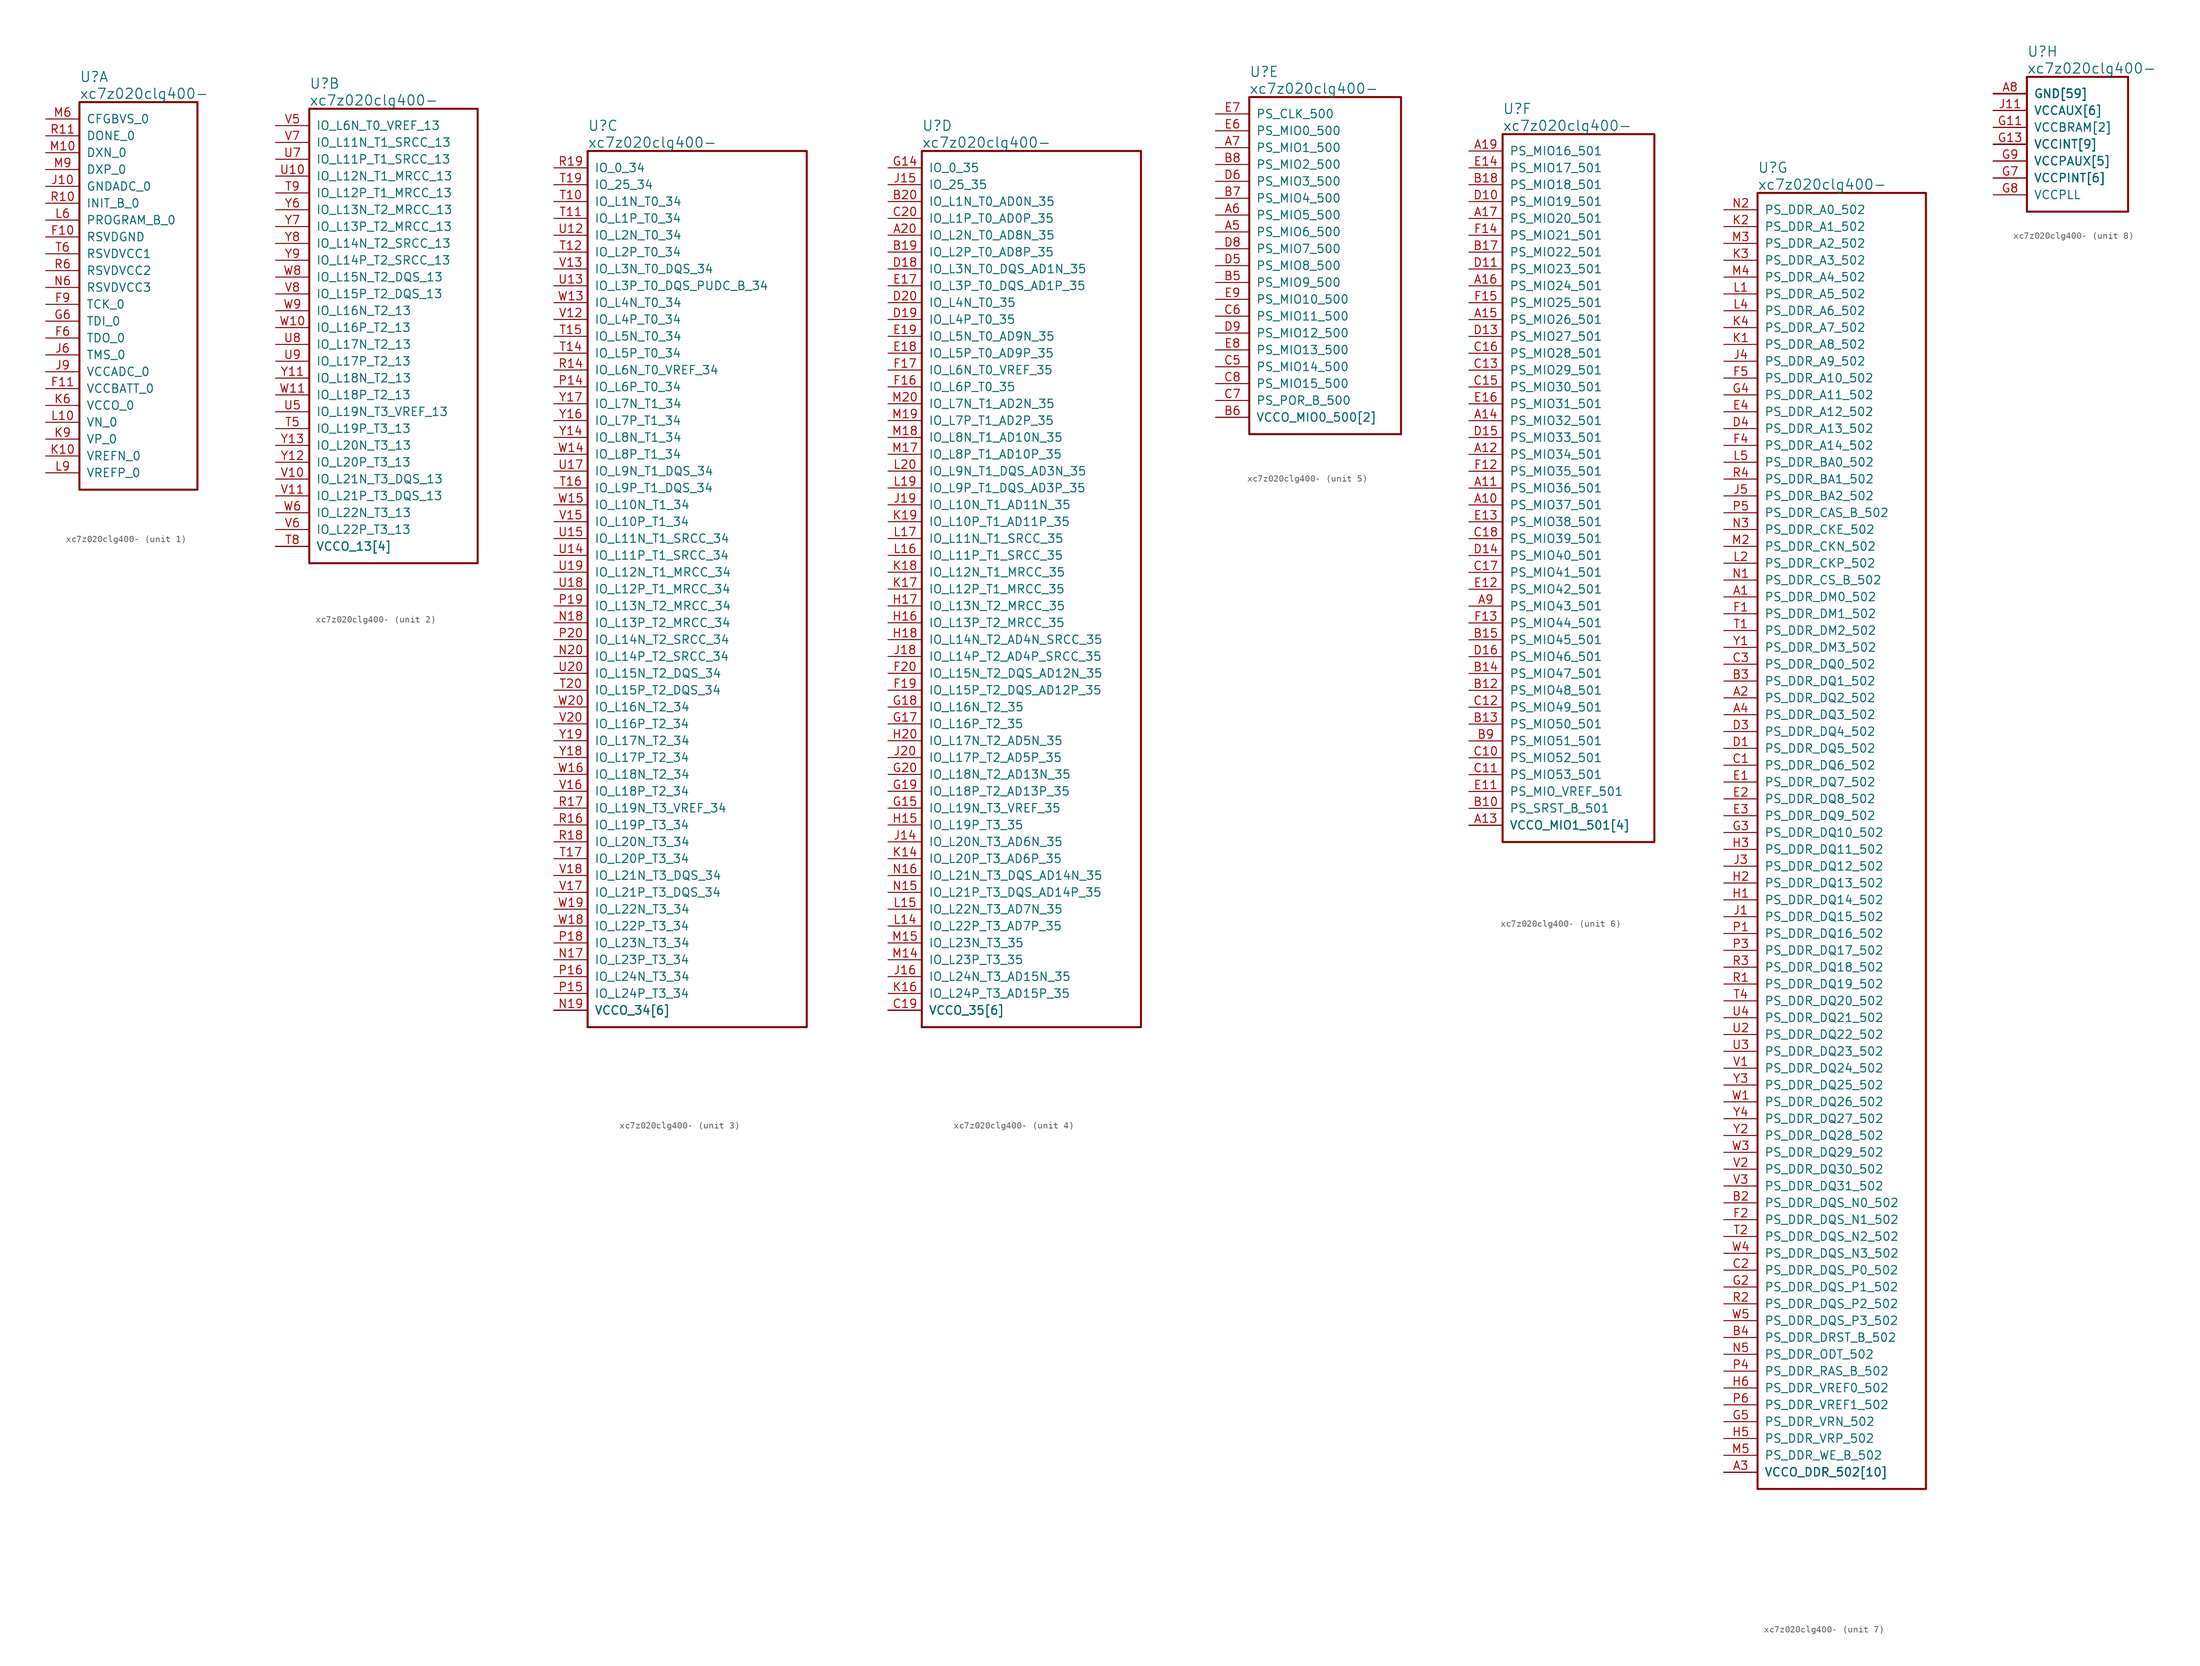
<source format=kicad_sym>
(kicad_symbol_lib
  (version 20231120)
  (generator "kicad_symbol_editor")
  (generator_version "8.0")
  (symbol "xc7z020clg400-"
    (pin_names
      (offset 1.016))
    (property "Reference" "U"
      (at 5.08 6.35 0)
      (effects (font (size 1.524 1.524)) (justify left)))
    (property "Value" "xc7z020clg400-"
      (at 5.08 3.81 0)
      (effects (font (size 1.524 1.524)) (justify left)))
    (property "ki_locked" ""
      (at 0 0 0)
      (effects (font (size 1.27 1.27))))
    (symbol "xc7z020clg400-_1_1"
      (rectangle (start 5.08 2.54) (end 22.86 -55.88) (stroke (width 0.305) (type solid)) (fill (type none)))
      (pin power_in line (at 0 -17.78 0) (length 5.08) (name "RSVDGND" (effects (font (size 1.27 1.27)))) (number "F10" (effects (font (size 1.27 1.27)))))
      (pin power_in line (at 0 -40.64 0) (length 5.08) (name "VCCBATT_0" (effects (font (size 1.27 1.27)))) (number "F11" (effects (font (size 1.27 1.27)))))
      (pin output line (at 0 -33.02 0) (length 5.08) (name "TDO_0" (effects (font (size 1.27 1.27)))) (number "F6" (effects (font (size 1.27 1.27)))))
      (pin input line (at 0 -27.94 0) (length 5.08) (name "TCK_0" (effects (font (size 1.27 1.27)))) (number "F9" (effects (font (size 1.27 1.27)))))
      (pin input line (at 0 -30.48 0) (length 5.08) (name "TDI_0" (effects (font (size 1.27 1.27)))) (number "G6" (effects (font (size 1.27 1.27)))))
      (pin power_in line (at 0 -10.16 0) (length 5.08) (name "GNDADC_0" (effects (font (size 1.27 1.27)))) (number "J10" (effects (font (size 1.27 1.27)))))
      (pin input line (at 0 -35.56 0) (length 5.08) (name "TMS_0" (effects (font (size 1.27 1.27)))) (number "J6" (effects (font (size 1.27 1.27)))))
      (pin power_in line (at 0 -38.1 0) (length 5.08) (name "VCCADC_0" (effects (font (size 1.27 1.27)))) (number "J9" (effects (font (size 1.27 1.27)))))
      (pin input line (at 0 -50.8 0) (length 5.08) (name "VREFN_0" (effects (font (size 1.27 1.27)))) (number "K10" (effects (font (size 1.27 1.27)))))
      (pin power_in line (at 0 -43.18 0) (length 5.08) (name "VCCO_0" (effects (font (size 1.27 1.27)))) (number "K6" (effects (font (size 1.27 1.27)))))
      (pin input line (at 0 -48.26 0) (length 5.08) (name "VP_0" (effects (font (size 1.27 1.27)))) (number "K9" (effects (font (size 1.27 1.27)))))
      (pin input line (at 0 -45.72 0) (length 5.08) (name "VN_0" (effects (font (size 1.27 1.27)))) (number "L10" (effects (font (size 1.27 1.27)))))
      (pin input line (at 0 -15.24 0) (length 5.08) (name "PROGRAM_B_0" (effects (font (size 1.27 1.27)))) (number "L6" (effects (font (size 1.27 1.27)))))
      (pin input line (at 0 -53.34 0) (length 5.08) (name "VREFP_0" (effects (font (size 1.27 1.27)))) (number "L9" (effects (font (size 1.27 1.27)))))
      (pin passive line (at 0 -5.08 0) (length 5.08) (name "DXN_0" (effects (font (size 1.27 1.27)))) (number "M10" (effects (font (size 1.27 1.27)))))
      (pin input line (at 0 0 0) (length 5.08) (name "CFGBVS_0" (effects (font (size 1.27 1.27)))) (number "M6" (effects (font (size 1.27 1.27)))))
      (pin passive line (at 0 -7.62 0) (length 5.08) (name "DXP_0" (effects (font (size 1.27 1.27)))) (number "M9" (effects (font (size 1.27 1.27)))))
      (pin power_in line (at 0 -25.4 0) (length 5.08) (name "RSVDVCC3" (effects (font (size 1.27 1.27)))) (number "N6" (effects (font (size 1.27 1.27)))))
      (pin input line (at 0 -12.7 0) (length 5.08) (name "INIT_B_0" (effects (font (size 1.27 1.27)))) (number "R10" (effects (font (size 1.27 1.27)))))
      (pin output line (at 0 -2.54 0) (length 5.08) (name "DONE_0" (effects (font (size 1.27 1.27)))) (number "R11" (effects (font (size 1.27 1.27)))))
      (pin power_in line (at 0 -22.86 0) (length 5.08) (name "RSVDVCC2" (effects (font (size 1.27 1.27)))) (number "R6" (effects (font (size 1.27 1.27)))))
      (pin power_in line (at 0 -20.32 0) (length 5.08) (name "RSVDVCC1" (effects (font (size 1.27 1.27)))) (number "T6" (effects (font (size 1.27 1.27))))))
    (symbol "xc7z020clg400-_2_1"
      (rectangle (start 5.08 2.54) (end 30.48 -66.04) (stroke (width 0.305) (type solid)) (fill (type none)))
      (pin bidirectional line (at 0 -45.72 0) (length 5.08) (name "IO_L19P_T3_13" (effects (font (size 1.27 1.27)))) (number "T5" (effects (font (size 1.27 1.27)))))
      (pin power_in line (at 0 -63.5 0) (length 5.08) (name "VCCO_13[4]" (effects (font (size 1.27 1.27)))) (number "T8" (effects (font (size 1.27 1.27)))))
      (pin bidirectional line (at 0 -10.16 0) (length 5.08) (name "IO_L12P_T1_MRCC_13" (effects (font (size 1.27 1.27)))) (number "T9" (effects (font (size 1.27 1.27)))))
      (pin bidirectional line (at 0 -7.62 0) (length 5.08) (name "IO_L12N_T1_MRCC_13" (effects (font (size 1.27 1.27)))) (number "U10" (effects (font (size 1.27 1.27)))))
      (pin power_in line (at 0 -63.5 0) (length 5.08) (name "VCCO_13[4]" (effects (font (size 1.27 1.27)))) (number "U11" (effects (font (size 0 0)))))
      (pin bidirectional line (at 0 -43.18 0) (length 5.08) (name "IO_L19N_T3_VREF_13" (effects (font (size 1.27 1.27)))) (number "U5" (effects (font (size 1.27 1.27)))))
      (pin bidirectional line (at 0 -5.08 0) (length 5.08) (name "IO_L11P_T1_SRCC_13" (effects (font (size 1.27 1.27)))) (number "U7" (effects (font (size 1.27 1.27)))))
      (pin bidirectional line (at 0 -33.02 0) (length 5.08) (name "IO_L17N_T2_13" (effects (font (size 1.27 1.27)))) (number "U8" (effects (font (size 1.27 1.27)))))
      (pin bidirectional line (at 0 -35.56 0) (length 5.08) (name "IO_L17P_T2_13" (effects (font (size 1.27 1.27)))) (number "U9" (effects (font (size 1.27 1.27)))))
      (pin bidirectional line (at 0 -53.34 0) (length 5.08) (name "IO_L21N_T3_DQS_13" (effects (font (size 1.27 1.27)))) (number "V10" (effects (font (size 1.27 1.27)))))
      (pin bidirectional line (at 0 -55.88 0) (length 5.08) (name "IO_L21P_T3_DQS_13" (effects (font (size 1.27 1.27)))) (number "V11" (effects (font (size 1.27 1.27)))))
      (pin bidirectional line (at 0 0 0) (length 5.08) (name "IO_L6N_T0_VREF_13" (effects (font (size 1.27 1.27)))) (number "V5" (effects (font (size 1.27 1.27)))))
      (pin bidirectional line (at 0 -60.96 0) (length 5.08) (name "IO_L22P_T3_13" (effects (font (size 1.27 1.27)))) (number "V6" (effects (font (size 1.27 1.27)))))
      (pin bidirectional line (at 0 -2.54 0) (length 5.08) (name "IO_L11N_T1_SRCC_13" (effects (font (size 1.27 1.27)))) (number "V7" (effects (font (size 1.27 1.27)))))
      (pin bidirectional line (at 0 -25.4 0) (length 5.08) (name "IO_L15P_T2_DQS_13" (effects (font (size 1.27 1.27)))) (number "V8" (effects (font (size 1.27 1.27)))))
      (pin bidirectional line (at 0 -30.48 0) (length 5.08) (name "IO_L16P_T2_13" (effects (font (size 1.27 1.27)))) (number "W10" (effects (font (size 1.27 1.27)))))
      (pin bidirectional line (at 0 -40.64 0) (length 5.08) (name "IO_L18P_T2_13" (effects (font (size 1.27 1.27)))) (number "W11" (effects (font (size 1.27 1.27)))))
      (pin bidirectional line (at 0 -58.42 0) (length 5.08) (name "IO_L22N_T3_13" (effects (font (size 1.27 1.27)))) (number "W6" (effects (font (size 1.27 1.27)))))
      (pin power_in line (at 0 -63.5 0) (length 5.08) (name "VCCO_13[4]" (effects (font (size 1.27 1.27)))) (number "W7" (effects (font (size 0 0)))))
      (pin bidirectional line (at 0 -22.86 0) (length 5.08) (name "IO_L15N_T2_DQS_13" (effects (font (size 1.27 1.27)))) (number "W8" (effects (font (size 1.27 1.27)))))
      (pin bidirectional line (at 0 -27.94 0) (length 5.08) (name "IO_L16N_T2_13" (effects (font (size 1.27 1.27)))) (number "W9" (effects (font (size 1.27 1.27)))))
      (pin power_in line (at 0 -63.5 0) (length 5.08) (name "VCCO_13[4]" (effects (font (size 1.27 1.27)))) (number "Y10" (effects (font (size 0 0)))))
      (pin bidirectional line (at 0 -38.1 0) (length 5.08) (name "IO_L18N_T2_13" (effects (font (size 1.27 1.27)))) (number "Y11" (effects (font (size 1.27 1.27)))))
      (pin bidirectional line (at 0 -50.8 0) (length 5.08) (name "IO_L20P_T3_13" (effects (font (size 1.27 1.27)))) (number "Y12" (effects (font (size 1.27 1.27)))))
      (pin bidirectional line (at 0 -48.26 0) (length 5.08) (name "IO_L20N_T3_13" (effects (font (size 1.27 1.27)))) (number "Y13" (effects (font (size 1.27 1.27)))))
      (pin bidirectional line (at 0 -12.7 0) (length 5.08) (name "IO_L13N_T2_MRCC_13" (effects (font (size 1.27 1.27)))) (number "Y6" (effects (font (size 1.27 1.27)))))
      (pin bidirectional line (at 0 -15.24 0) (length 5.08) (name "IO_L13P_T2_MRCC_13" (effects (font (size 1.27 1.27)))) (number "Y7" (effects (font (size 1.27 1.27)))))
      (pin bidirectional line (at 0 -17.78 0) (length 5.08) (name "IO_L14N_T2_SRCC_13" (effects (font (size 1.27 1.27)))) (number "Y8" (effects (font (size 1.27 1.27)))))
      (pin bidirectional line (at 0 -20.32 0) (length 5.08) (name "IO_L14P_T2_SRCC_13" (effects (font (size 1.27 1.27)))) (number "Y9" (effects (font (size 1.27 1.27))))))
    (symbol "xc7z020clg400-_3_1"
      (rectangle (start 5.08 2.54) (end 38.1 -129.54) (stroke (width 0.305) (type solid)) (fill (type none)))
      (pin bidirectional line (at 0 -119.38 0) (length 5.08) (name "IO_L23P_T3_34" (effects (font (size 1.27 1.27)))) (number "N17" (effects (font (size 1.27 1.27)))))
      (pin bidirectional line (at 0 -68.58 0) (length 5.08) (name "IO_L13P_T2_MRCC_34" (effects (font (size 1.27 1.27)))) (number "N18" (effects (font (size 1.27 1.27)))))
      (pin power_in line (at 0 -127 0) (length 5.08) (name "VCCO_34[6]" (effects (font (size 1.27 1.27)))) (number "N19" (effects (font (size 1.27 1.27)))))
      (pin bidirectional line (at 0 -73.66 0) (length 5.08) (name "IO_L14P_T2_SRCC_34" (effects (font (size 1.27 1.27)))) (number "N20" (effects (font (size 1.27 1.27)))))
      (pin bidirectional line (at 0 -33.02 0) (length 5.08) (name "IO_L6P_T0_34" (effects (font (size 1.27 1.27)))) (number "P14" (effects (font (size 1.27 1.27)))))
      (pin bidirectional line (at 0 -124.46 0) (length 5.08) (name "IO_L24P_T3_34" (effects (font (size 1.27 1.27)))) (number "P15" (effects (font (size 1.27 1.27)))))
      (pin bidirectional line (at 0 -121.92 0) (length 5.08) (name "IO_L24N_T3_34" (effects (font (size 1.27 1.27)))) (number "P16" (effects (font (size 1.27 1.27)))))
      (pin bidirectional line (at 0 -116.84 0) (length 5.08) (name "IO_L23N_T3_34" (effects (font (size 1.27 1.27)))) (number "P18" (effects (font (size 1.27 1.27)))))
      (pin bidirectional line (at 0 -66.04 0) (length 5.08) (name "IO_L13N_T2_MRCC_34" (effects (font (size 1.27 1.27)))) (number "P19" (effects (font (size 1.27 1.27)))))
      (pin bidirectional line (at 0 -71.12 0) (length 5.08) (name "IO_L14N_T2_SRCC_34" (effects (font (size 1.27 1.27)))) (number "P20" (effects (font (size 1.27 1.27)))))
      (pin bidirectional line (at 0 -30.48 0) (length 5.08) (name "IO_L6N_T0_VREF_34" (effects (font (size 1.27 1.27)))) (number "R14" (effects (font (size 1.27 1.27)))))
      (pin power_in line (at 0 -127 0) (length 5.08) (name "VCCO_34[6]" (effects (font (size 1.27 1.27)))) (number "R15" (effects (font (size 0 0)))))
      (pin bidirectional line (at 0 -99.06 0) (length 5.08) (name "IO_L19P_T3_34" (effects (font (size 1.27 1.27)))) (number "R16" (effects (font (size 1.27 1.27)))))
      (pin bidirectional line (at 0 -96.52 0) (length 5.08) (name "IO_L19N_T3_VREF_34" (effects (font (size 1.27 1.27)))) (number "R17" (effects (font (size 1.27 1.27)))))
      (pin bidirectional line (at 0 -101.6 0) (length 5.08) (name "IO_L20N_T3_34" (effects (font (size 1.27 1.27)))) (number "R18" (effects (font (size 1.27 1.27)))))
      (pin bidirectional line (at 0 0 0) (length 5.08) (name "IO_0_34" (effects (font (size 1.27 1.27)))) (number "R19" (effects (font (size 1.27 1.27)))))
      (pin bidirectional line (at 0 -5.08 0) (length 5.08) (name "IO_L1N_T0_34" (effects (font (size 1.27 1.27)))) (number "T10" (effects (font (size 1.27 1.27)))))
      (pin bidirectional line (at 0 -7.62 0) (length 5.08) (name "IO_L1P_T0_34" (effects (font (size 1.27 1.27)))) (number "T11" (effects (font (size 1.27 1.27)))))
      (pin bidirectional line (at 0 -12.7 0) (length 5.08) (name "IO_L2P_T0_34" (effects (font (size 1.27 1.27)))) (number "T12" (effects (font (size 1.27 1.27)))))
      (pin bidirectional line (at 0 -27.94 0) (length 5.08) (name "IO_L5P_T0_34" (effects (font (size 1.27 1.27)))) (number "T14" (effects (font (size 1.27 1.27)))))
      (pin bidirectional line (at 0 -25.4 0) (length 5.08) (name "IO_L5N_T0_34" (effects (font (size 1.27 1.27)))) (number "T15" (effects (font (size 1.27 1.27)))))
      (pin bidirectional line (at 0 -48.26 0) (length 5.08) (name "IO_L9P_T1_DQS_34" (effects (font (size 1.27 1.27)))) (number "T16" (effects (font (size 1.27 1.27)))))
      (pin bidirectional line (at 0 -104.14 0) (length 5.08) (name "IO_L20P_T3_34" (effects (font (size 1.27 1.27)))) (number "T17" (effects (font (size 1.27 1.27)))))
      (pin power_in line (at 0 -127 0) (length 5.08) (name "VCCO_34[6]" (effects (font (size 1.27 1.27)))) (number "T18" (effects (font (size 0 0)))))
      (pin bidirectional line (at 0 -2.54 0) (length 5.08) (name "IO_25_34" (effects (font (size 1.27 1.27)))) (number "T19" (effects (font (size 1.27 1.27)))))
      (pin bidirectional line (at 0 -78.74 0) (length 5.08) (name "IO_L15P_T2_DQS_34" (effects (font (size 1.27 1.27)))) (number "T20" (effects (font (size 1.27 1.27)))))
      (pin bidirectional line (at 0 -10.16 0) (length 5.08) (name "IO_L2N_T0_34" (effects (font (size 1.27 1.27)))) (number "U12" (effects (font (size 1.27 1.27)))))
      (pin bidirectional line (at 0 -17.78 0) (length 5.08) (name "IO_L3P_T0_DQS_PUDC_B_34" (effects (font (size 1.27 1.27)))) (number "U13" (effects (font (size 1.27 1.27)))))
      (pin bidirectional line (at 0 -58.42 0) (length 5.08) (name "IO_L11P_T1_SRCC_34" (effects (font (size 1.27 1.27)))) (number "U14" (effects (font (size 1.27 1.27)))))
      (pin bidirectional line (at 0 -55.88 0) (length 5.08) (name "IO_L11N_T1_SRCC_34" (effects (font (size 1.27 1.27)))) (number "U15" (effects (font (size 1.27 1.27)))))
      (pin bidirectional line (at 0 -45.72 0) (length 5.08) (name "IO_L9N_T1_DQS_34" (effects (font (size 1.27 1.27)))) (number "U17" (effects (font (size 1.27 1.27)))))
      (pin bidirectional line (at 0 -63.5 0) (length 5.08) (name "IO_L12P_T1_MRCC_34" (effects (font (size 1.27 1.27)))) (number "U18" (effects (font (size 1.27 1.27)))))
      (pin bidirectional line (at 0 -60.96 0) (length 5.08) (name "IO_L12N_T1_MRCC_34" (effects (font (size 1.27 1.27)))) (number "U19" (effects (font (size 1.27 1.27)))))
      (pin bidirectional line (at 0 -76.2 0) (length 5.08) (name "IO_L15N_T2_DQS_34" (effects (font (size 1.27 1.27)))) (number "U20" (effects (font (size 1.27 1.27)))))
      (pin bidirectional line (at 0 -22.86 0) (length 5.08) (name "IO_L4P_T0_34" (effects (font (size 1.27 1.27)))) (number "V12" (effects (font (size 1.27 1.27)))))
      (pin bidirectional line (at 0 -15.24 0) (length 5.08) (name "IO_L3N_T0_DQS_34" (effects (font (size 1.27 1.27)))) (number "V13" (effects (font (size 1.27 1.27)))))
      (pin power_in line (at 0 -127 0) (length 5.08) (name "VCCO_34[6]" (effects (font (size 1.27 1.27)))) (number "V14" (effects (font (size 0 0)))))
      (pin bidirectional line (at 0 -53.34 0) (length 5.08) (name "IO_L10P_T1_34" (effects (font (size 1.27 1.27)))) (number "V15" (effects (font (size 1.27 1.27)))))
      (pin bidirectional line (at 0 -93.98 0) (length 5.08) (name "IO_L18P_T2_34" (effects (font (size 1.27 1.27)))) (number "V16" (effects (font (size 1.27 1.27)))))
      (pin bidirectional line (at 0 -109.22 0) (length 5.08) (name "IO_L21P_T3_DQS_34" (effects (font (size 1.27 1.27)))) (number "V17" (effects (font (size 1.27 1.27)))))
      (pin bidirectional line (at 0 -106.68 0) (length 5.08) (name "IO_L21N_T3_DQS_34" (effects (font (size 1.27 1.27)))) (number "V18" (effects (font (size 1.27 1.27)))))
      (pin bidirectional line (at 0 -83.82 0) (length 5.08) (name "IO_L16P_T2_34" (effects (font (size 1.27 1.27)))) (number "V20" (effects (font (size 1.27 1.27)))))
      (pin bidirectional line (at 0 -20.32 0) (length 5.08) (name "IO_L4N_T0_34" (effects (font (size 1.27 1.27)))) (number "W13" (effects (font (size 1.27 1.27)))))
      (pin bidirectional line (at 0 -43.18 0) (length 5.08) (name "IO_L8P_T1_34" (effects (font (size 1.27 1.27)))) (number "W14" (effects (font (size 1.27 1.27)))))
      (pin bidirectional line (at 0 -50.8 0) (length 5.08) (name "IO_L10N_T1_34" (effects (font (size 1.27 1.27)))) (number "W15" (effects (font (size 1.27 1.27)))))
      (pin bidirectional line (at 0 -91.44 0) (length 5.08) (name "IO_L18N_T2_34" (effects (font (size 1.27 1.27)))) (number "W16" (effects (font (size 1.27 1.27)))))
      (pin power_in line (at 0 -127 0) (length 5.08) (name "VCCO_34[6]" (effects (font (size 1.27 1.27)))) (number "W17" (effects (font (size 0 0)))))
      (pin bidirectional line (at 0 -114.3 0) (length 5.08) (name "IO_L22P_T3_34" (effects (font (size 1.27 1.27)))) (number "W18" (effects (font (size 1.27 1.27)))))
      (pin bidirectional line (at 0 -111.76 0) (length 5.08) (name "IO_L22N_T3_34" (effects (font (size 1.27 1.27)))) (number "W19" (effects (font (size 1.27 1.27)))))
      (pin bidirectional line (at 0 -81.28 0) (length 5.08) (name "IO_L16N_T2_34" (effects (font (size 1.27 1.27)))) (number "W20" (effects (font (size 1.27 1.27)))))
      (pin bidirectional line (at 0 -40.64 0) (length 5.08) (name "IO_L8N_T1_34" (effects (font (size 1.27 1.27)))) (number "Y14" (effects (font (size 1.27 1.27)))))
      (pin bidirectional line (at 0 -38.1 0) (length 5.08) (name "IO_L7P_T1_34" (effects (font (size 1.27 1.27)))) (number "Y16" (effects (font (size 1.27 1.27)))))
      (pin bidirectional line (at 0 -35.56 0) (length 5.08) (name "IO_L7N_T1_34" (effects (font (size 1.27 1.27)))) (number "Y17" (effects (font (size 1.27 1.27)))))
      (pin bidirectional line (at 0 -88.9 0) (length 5.08) (name "IO_L17P_T2_34" (effects (font (size 1.27 1.27)))) (number "Y18" (effects (font (size 1.27 1.27)))))
      (pin bidirectional line (at 0 -86.36 0) (length 5.08) (name "IO_L17N_T2_34" (effects (font (size 1.27 1.27)))) (number "Y19" (effects (font (size 1.27 1.27)))))
      (pin power_in line (at 0 -127 0) (length 5.08) (name "VCCO_34[6]" (effects (font (size 1.27 1.27)))) (number "Y20" (effects (font (size 0 0))))))
    (symbol "xc7z020clg400-_4_1"
      (rectangle (start 5.08 2.54) (end 38.1 -129.54) (stroke (width 0.305) (type solid)) (fill (type none)))
      (pin bidirectional line (at 0 -10.16 0) (length 5.08) (name "IO_L2N_T0_AD8N_35" (effects (font (size 1.27 1.27)))) (number "A20" (effects (font (size 1.27 1.27)))))
      (pin bidirectional line (at 0 -12.7 0) (length 5.08) (name "IO_L2P_T0_AD8P_35" (effects (font (size 1.27 1.27)))) (number "B19" (effects (font (size 1.27 1.27)))))
      (pin bidirectional line (at 0 -5.08 0) (length 5.08) (name "IO_L1N_T0_AD0N_35" (effects (font (size 1.27 1.27)))) (number "B20" (effects (font (size 1.27 1.27)))))
      (pin power_in line (at 0 -127 0) (length 5.08) (name "VCCO_35[6]" (effects (font (size 1.27 1.27)))) (number "C19" (effects (font (size 1.27 1.27)))))
      (pin bidirectional line (at 0 -7.62 0) (length 5.08) (name "IO_L1P_T0_AD0P_35" (effects (font (size 1.27 1.27)))) (number "C20" (effects (font (size 1.27 1.27)))))
      (pin bidirectional line (at 0 -15.24 0) (length 5.08) (name "IO_L3N_T0_DQS_AD1N_35" (effects (font (size 1.27 1.27)))) (number "D18" (effects (font (size 1.27 1.27)))))
      (pin bidirectional line (at 0 -22.86 0) (length 5.08) (name "IO_L4P_T0_35" (effects (font (size 1.27 1.27)))) (number "D19" (effects (font (size 1.27 1.27)))))
      (pin bidirectional line (at 0 -20.32 0) (length 5.08) (name "IO_L4N_T0_35" (effects (font (size 1.27 1.27)))) (number "D20" (effects (font (size 1.27 1.27)))))
      (pin bidirectional line (at 0 -17.78 0) (length 5.08) (name "IO_L3P_T0_DQS_AD1P_35" (effects (font (size 1.27 1.27)))) (number "E17" (effects (font (size 1.27 1.27)))))
      (pin bidirectional line (at 0 -27.94 0) (length 5.08) (name "IO_L5P_T0_AD9P_35" (effects (font (size 1.27 1.27)))) (number "E18" (effects (font (size 1.27 1.27)))))
      (pin bidirectional line (at 0 -25.4 0) (length 5.08) (name "IO_L5N_T0_AD9N_35" (effects (font (size 1.27 1.27)))) (number "E19" (effects (font (size 1.27 1.27)))))
      (pin bidirectional line (at 0 -33.02 0) (length 5.08) (name "IO_L6P_T0_35" (effects (font (size 1.27 1.27)))) (number "F16" (effects (font (size 1.27 1.27)))))
      (pin bidirectional line (at 0 -30.48 0) (length 5.08) (name "IO_L6N_T0_VREF_35" (effects (font (size 1.27 1.27)))) (number "F17" (effects (font (size 1.27 1.27)))))
      (pin power_in line (at 0 -127 0) (length 5.08) (name "VCCO_35[6]" (effects (font (size 1.27 1.27)))) (number "F18" (effects (font (size 0 0)))))
      (pin bidirectional line (at 0 -78.74 0) (length 5.08) (name "IO_L15P_T2_DQS_AD12P_35" (effects (font (size 1.27 1.27)))) (number "F19" (effects (font (size 1.27 1.27)))))
      (pin bidirectional line (at 0 -76.2 0) (length 5.08) (name "IO_L15N_T2_DQS_AD12N_35" (effects (font (size 1.27 1.27)))) (number "F20" (effects (font (size 1.27 1.27)))))
      (pin bidirectional line (at 0 0 0) (length 5.08) (name "IO_0_35" (effects (font (size 1.27 1.27)))) (number "G14" (effects (font (size 1.27 1.27)))))
      (pin bidirectional line (at 0 -96.52 0) (length 5.08) (name "IO_L19N_T3_VREF_35" (effects (font (size 1.27 1.27)))) (number "G15" (effects (font (size 1.27 1.27)))))
      (pin bidirectional line (at 0 -83.82 0) (length 5.08) (name "IO_L16P_T2_35" (effects (font (size 1.27 1.27)))) (number "G17" (effects (font (size 1.27 1.27)))))
      (pin bidirectional line (at 0 -81.28 0) (length 5.08) (name "IO_L16N_T2_35" (effects (font (size 1.27 1.27)))) (number "G18" (effects (font (size 1.27 1.27)))))
      (pin bidirectional line (at 0 -93.98 0) (length 5.08) (name "IO_L18P_T2_AD13P_35" (effects (font (size 1.27 1.27)))) (number "G19" (effects (font (size 1.27 1.27)))))
      (pin bidirectional line (at 0 -91.44 0) (length 5.08) (name "IO_L18N_T2_AD13N_35" (effects (font (size 1.27 1.27)))) (number "G20" (effects (font (size 1.27 1.27)))))
      (pin power_in line (at 0 -127 0) (length 5.08) (name "VCCO_35[6]" (effects (font (size 1.27 1.27)))) (number "H14" (effects (font (size 0 0)))))
      (pin bidirectional line (at 0 -99.06 0) (length 5.08) (name "IO_L19P_T3_35" (effects (font (size 1.27 1.27)))) (number "H15" (effects (font (size 1.27 1.27)))))
      (pin bidirectional line (at 0 -68.58 0) (length 5.08) (name "IO_L13P_T2_MRCC_35" (effects (font (size 1.27 1.27)))) (number "H16" (effects (font (size 1.27 1.27)))))
      (pin bidirectional line (at 0 -66.04 0) (length 5.08) (name "IO_L13N_T2_MRCC_35" (effects (font (size 1.27 1.27)))) (number "H17" (effects (font (size 1.27 1.27)))))
      (pin bidirectional line (at 0 -71.12 0) (length 5.08) (name "IO_L14N_T2_AD4N_SRCC_35" (effects (font (size 1.27 1.27)))) (number "H18" (effects (font (size 1.27 1.27)))))
      (pin bidirectional line (at 0 -86.36 0) (length 5.08) (name "IO_L17N_T2_AD5N_35" (effects (font (size 1.27 1.27)))) (number "H20" (effects (font (size 1.27 1.27)))))
      (pin bidirectional line (at 0 -101.6 0) (length 5.08) (name "IO_L20N_T3_AD6N_35" (effects (font (size 1.27 1.27)))) (number "J14" (effects (font (size 1.27 1.27)))))
      (pin bidirectional line (at 0 -2.54 0) (length 5.08) (name "IO_25_35" (effects (font (size 1.27 1.27)))) (number "J15" (effects (font (size 1.27 1.27)))))
      (pin bidirectional line (at 0 -121.92 0) (length 5.08) (name "IO_L24N_T3_AD15N_35" (effects (font (size 1.27 1.27)))) (number "J16" (effects (font (size 1.27 1.27)))))
      (pin power_in line (at 0 -127 0) (length 5.08) (name "VCCO_35[6]" (effects (font (size 1.27 1.27)))) (number "J17" (effects (font (size 0 0)))))
      (pin bidirectional line (at 0 -73.66 0) (length 5.08) (name "IO_L14P_T2_AD4P_SRCC_35" (effects (font (size 1.27 1.27)))) (number "J18" (effects (font (size 1.27 1.27)))))
      (pin bidirectional line (at 0 -50.8 0) (length 5.08) (name "IO_L10N_T1_AD11N_35" (effects (font (size 1.27 1.27)))) (number "J19" (effects (font (size 1.27 1.27)))))
      (pin bidirectional line (at 0 -88.9 0) (length 5.08) (name "IO_L17P_T2_AD5P_35" (effects (font (size 1.27 1.27)))) (number "J20" (effects (font (size 1.27 1.27)))))
      (pin bidirectional line (at 0 -104.14 0) (length 5.08) (name "IO_L20P_T3_AD6P_35" (effects (font (size 1.27 1.27)))) (number "K14" (effects (font (size 1.27 1.27)))))
      (pin bidirectional line (at 0 -124.46 0) (length 5.08) (name "IO_L24P_T3_AD15P_35" (effects (font (size 1.27 1.27)))) (number "K16" (effects (font (size 1.27 1.27)))))
      (pin bidirectional line (at 0 -63.5 0) (length 5.08) (name "IO_L12P_T1_MRCC_35" (effects (font (size 1.27 1.27)))) (number "K17" (effects (font (size 1.27 1.27)))))
      (pin bidirectional line (at 0 -60.96 0) (length 5.08) (name "IO_L12N_T1_MRCC_35" (effects (font (size 1.27 1.27)))) (number "K18" (effects (font (size 1.27 1.27)))))
      (pin bidirectional line (at 0 -53.34 0) (length 5.08) (name "IO_L10P_T1_AD11P_35" (effects (font (size 1.27 1.27)))) (number "K19" (effects (font (size 1.27 1.27)))))
      (pin power_in line (at 0 -127 0) (length 5.08) (name "VCCO_35[6]" (effects (font (size 1.27 1.27)))) (number "K20" (effects (font (size 0 0)))))
      (pin bidirectional line (at 0 -114.3 0) (length 5.08) (name "IO_L22P_T3_AD7P_35" (effects (font (size 1.27 1.27)))) (number "L14" (effects (font (size 1.27 1.27)))))
      (pin bidirectional line (at 0 -111.76 0) (length 5.08) (name "IO_L22N_T3_AD7N_35" (effects (font (size 1.27 1.27)))) (number "L15" (effects (font (size 1.27 1.27)))))
      (pin bidirectional line (at 0 -58.42 0) (length 5.08) (name "IO_L11P_T1_SRCC_35" (effects (font (size 1.27 1.27)))) (number "L16" (effects (font (size 1.27 1.27)))))
      (pin bidirectional line (at 0 -55.88 0) (length 5.08) (name "IO_L11N_T1_SRCC_35" (effects (font (size 1.27 1.27)))) (number "L17" (effects (font (size 1.27 1.27)))))
      (pin bidirectional line (at 0 -48.26 0) (length 5.08) (name "IO_L9P_T1_DQS_AD3P_35" (effects (font (size 1.27 1.27)))) (number "L19" (effects (font (size 1.27 1.27)))))
      (pin bidirectional line (at 0 -45.72 0) (length 5.08) (name "IO_L9N_T1_DQS_AD3N_35" (effects (font (size 1.27 1.27)))) (number "L20" (effects (font (size 1.27 1.27)))))
      (pin bidirectional line (at 0 -119.38 0) (length 5.08) (name "IO_L23P_T3_35" (effects (font (size 1.27 1.27)))) (number "M14" (effects (font (size 1.27 1.27)))))
      (pin bidirectional line (at 0 -116.84 0) (length 5.08) (name "IO_L23N_T3_35" (effects (font (size 1.27 1.27)))) (number "M15" (effects (font (size 1.27 1.27)))))
      (pin power_in line (at 0 -127 0) (length 5.08) (name "VCCO_35[6]" (effects (font (size 1.27 1.27)))) (number "M16" (effects (font (size 0 0)))))
      (pin bidirectional line (at 0 -43.18 0) (length 5.08) (name "IO_L8P_T1_AD10P_35" (effects (font (size 1.27 1.27)))) (number "M17" (effects (font (size 1.27 1.27)))))
      (pin bidirectional line (at 0 -40.64 0) (length 5.08) (name "IO_L8N_T1_AD10N_35" (effects (font (size 1.27 1.27)))) (number "M18" (effects (font (size 1.27 1.27)))))
      (pin bidirectional line (at 0 -38.1 0) (length 5.08) (name "IO_L7P_T1_AD2P_35" (effects (font (size 1.27 1.27)))) (number "M19" (effects (font (size 1.27 1.27)))))
      (pin bidirectional line (at 0 -35.56 0) (length 5.08) (name "IO_L7N_T1_AD2N_35" (effects (font (size 1.27 1.27)))) (number "M20" (effects (font (size 1.27 1.27)))))
      (pin bidirectional line (at 0 -109.22 0) (length 5.08) (name "IO_L21P_T3_DQS_AD14P_35" (effects (font (size 1.27 1.27)))) (number "N15" (effects (font (size 1.27 1.27)))))
      (pin bidirectional line (at 0 -106.68 0) (length 5.08) (name "IO_L21N_T3_DQS_AD14N_35" (effects (font (size 1.27 1.27)))) (number "N16" (effects (font (size 1.27 1.27))))))
    (symbol "xc7z020clg400-_5_1"
      (rectangle (start 5.08 2.54) (end 27.94 -48.26) (stroke (width 0.305) (type solid)) (fill (type none)))
      (pin bidirectional line (at 0 -17.78 0) (length 5.08) (name "PS_MIO6_500" (effects (font (size 1.27 1.27)))) (number "A5" (effects (font (size 1.27 1.27)))))
      (pin bidirectional line (at 0 -15.24 0) (length 5.08) (name "PS_MIO5_500" (effects (font (size 1.27 1.27)))) (number "A6" (effects (font (size 1.27 1.27)))))
      (pin bidirectional line (at 0 -5.08 0) (length 5.08) (name "PS_MIO1_500" (effects (font (size 1.27 1.27)))) (number "A7" (effects (font (size 1.27 1.27)))))
      (pin bidirectional line (at 0 -25.4 0) (length 5.08) (name "PS_MIO9_500" (effects (font (size 1.27 1.27)))) (number "B5" (effects (font (size 1.27 1.27)))))
      (pin power_in line (at 0 -45.72 0) (length 5.08) (name "VCCO_MIO0_500[2]" (effects (font (size 1.27 1.27)))) (number "B6" (effects (font (size 1.27 1.27)))))
      (pin bidirectional line (at 0 -12.7 0) (length 5.08) (name "PS_MIO4_500" (effects (font (size 1.27 1.27)))) (number "B7" (effects (font (size 1.27 1.27)))))
      (pin bidirectional line (at 0 -7.62 0) (length 5.08) (name "PS_MIO2_500" (effects (font (size 1.27 1.27)))) (number "B8" (effects (font (size 1.27 1.27)))))
      (pin bidirectional line (at 0 -38.1 0) (length 5.08) (name "PS_MIO14_500" (effects (font (size 1.27 1.27)))) (number "C5" (effects (font (size 1.27 1.27)))))
      (pin bidirectional line (at 0 -30.48 0) (length 5.08) (name "PS_MIO11_500" (effects (font (size 1.27 1.27)))) (number "C6" (effects (font (size 1.27 1.27)))))
      (pin input line (at 0 -43.18 0) (length 5.08) (name "PS_POR_B_500" (effects (font (size 1.27 1.27)))) (number "C7" (effects (font (size 1.27 1.27)))))
      (pin bidirectional line (at 0 -40.64 0) (length 5.08) (name "PS_MIO15_500" (effects (font (size 1.27 1.27)))) (number "C8" (effects (font (size 1.27 1.27)))))
      (pin bidirectional line (at 0 -22.86 0) (length 5.08) (name "PS_MIO8_500" (effects (font (size 1.27 1.27)))) (number "D5" (effects (font (size 1.27 1.27)))))
      (pin bidirectional line (at 0 -10.16 0) (length 5.08) (name "PS_MIO3_500" (effects (font (size 1.27 1.27)))) (number "D6" (effects (font (size 1.27 1.27)))))
      (pin power_in line (at 0 -45.72 0) (length 5.08) (name "VCCO_MIO0_500[2]" (effects (font (size 1.27 1.27)))) (number "D7" (effects (font (size 0 0)))))
      (pin bidirectional line (at 0 -20.32 0) (length 5.08) (name "PS_MIO7_500" (effects (font (size 1.27 1.27)))) (number "D8" (effects (font (size 1.27 1.27)))))
      (pin bidirectional line (at 0 -33.02 0) (length 5.08) (name "PS_MIO12_500" (effects (font (size 1.27 1.27)))) (number "D9" (effects (font (size 1.27 1.27)))))
      (pin bidirectional line (at 0 -2.54 0) (length 5.08) (name "PS_MIO0_500" (effects (font (size 1.27 1.27)))) (number "E6" (effects (font (size 1.27 1.27)))))
      (pin input line (at 0 0 0) (length 5.08) (name "PS_CLK_500" (effects (font (size 1.27 1.27)))) (number "E7" (effects (font (size 1.27 1.27)))))
      (pin bidirectional line (at 0 -35.56 0) (length 5.08) (name "PS_MIO13_500" (effects (font (size 1.27 1.27)))) (number "E8" (effects (font (size 1.27 1.27)))))
      (pin bidirectional line (at 0 -27.94 0) (length 5.08) (name "PS_MIO10_500" (effects (font (size 1.27 1.27)))) (number "E9" (effects (font (size 1.27 1.27))))))
    (symbol "xc7z020clg400-_6_1"
      (rectangle (start 5.08 2.54) (end 27.94 -104.14) (stroke (width 0.305) (type solid)) (fill (type none)))
      (pin bidirectional line (at 0 -53.34 0) (length 5.08) (name "PS_MIO37_501" (effects (font (size 1.27 1.27)))) (number "A10" (effects (font (size 1.27 1.27)))))
      (pin bidirectional line (at 0 -50.8 0) (length 5.08) (name "PS_MIO36_501" (effects (font (size 1.27 1.27)))) (number "A11" (effects (font (size 1.27 1.27)))))
      (pin bidirectional line (at 0 -45.72 0) (length 5.08) (name "PS_MIO34_501" (effects (font (size 1.27 1.27)))) (number "A12" (effects (font (size 1.27 1.27)))))
      (pin power_in line (at 0 -101.6 0) (length 5.08) (name "VCCO_MIO1_501[4]" (effects (font (size 1.27 1.27)))) (number "A13" (effects (font (size 1.27 1.27)))))
      (pin bidirectional line (at 0 -40.64 0) (length 5.08) (name "PS_MIO32_501" (effects (font (size 1.27 1.27)))) (number "A14" (effects (font (size 1.27 1.27)))))
      (pin bidirectional line (at 0 -25.4 0) (length 5.08) (name "PS_MIO26_501" (effects (font (size 1.27 1.27)))) (number "A15" (effects (font (size 1.27 1.27)))))
      (pin bidirectional line (at 0 -20.32 0) (length 5.08) (name "PS_MIO24_501" (effects (font (size 1.27 1.27)))) (number "A16" (effects (font (size 1.27 1.27)))))
      (pin bidirectional line (at 0 -10.16 0) (length 5.08) (name "PS_MIO20_501" (effects (font (size 1.27 1.27)))) (number "A17" (effects (font (size 1.27 1.27)))))
      (pin bidirectional line (at 0 0 0) (length 5.08) (name "PS_MIO16_501" (effects (font (size 1.27 1.27)))) (number "A19" (effects (font (size 1.27 1.27)))))
      (pin bidirectional line (at 0 -68.58 0) (length 5.08) (name "PS_MIO43_501" (effects (font (size 1.27 1.27)))) (number "A9" (effects (font (size 1.27 1.27)))))
      (pin input line (at 0 -99.06 0) (length 5.08) (name "PS_SRST_B_501" (effects (font (size 1.27 1.27)))) (number "B10" (effects (font (size 1.27 1.27)))))
      (pin bidirectional line (at 0 -81.28 0) (length 5.08) (name "PS_MIO48_501" (effects (font (size 1.27 1.27)))) (number "B12" (effects (font (size 1.27 1.27)))))
      (pin bidirectional line (at 0 -86.36 0) (length 5.08) (name "PS_MIO50_501" (effects (font (size 1.27 1.27)))) (number "B13" (effects (font (size 1.27 1.27)))))
      (pin bidirectional line (at 0 -78.74 0) (length 5.08) (name "PS_MIO47_501" (effects (font (size 1.27 1.27)))) (number "B14" (effects (font (size 1.27 1.27)))))
      (pin bidirectional line (at 0 -73.66 0) (length 5.08) (name "PS_MIO45_501" (effects (font (size 1.27 1.27)))) (number "B15" (effects (font (size 1.27 1.27)))))
      (pin power_in line (at 0 -101.6 0) (length 5.08) (name "VCCO_MIO1_501[4]" (effects (font (size 1.27 1.27)))) (number "B16" (effects (font (size 0 0)))))
      (pin bidirectional line (at 0 -15.24 0) (length 5.08) (name "PS_MIO22_501" (effects (font (size 1.27 1.27)))) (number "B17" (effects (font (size 1.27 1.27)))))
      (pin bidirectional line (at 0 -5.08 0) (length 5.08) (name "PS_MIO18_501" (effects (font (size 1.27 1.27)))) (number "B18" (effects (font (size 1.27 1.27)))))
      (pin bidirectional line (at 0 -88.9 0) (length 5.08) (name "PS_MIO51_501" (effects (font (size 1.27 1.27)))) (number "B9" (effects (font (size 1.27 1.27)))))
      (pin bidirectional line (at 0 -91.44 0) (length 5.08) (name "PS_MIO52_501" (effects (font (size 1.27 1.27)))) (number "C10" (effects (font (size 1.27 1.27)))))
      (pin bidirectional line (at 0 -93.98 0) (length 5.08) (name "PS_MIO53_501" (effects (font (size 1.27 1.27)))) (number "C11" (effects (font (size 1.27 1.27)))))
      (pin bidirectional line (at 0 -83.82 0) (length 5.08) (name "PS_MIO49_501" (effects (font (size 1.27 1.27)))) (number "C12" (effects (font (size 1.27 1.27)))))
      (pin bidirectional line (at 0 -33.02 0) (length 5.08) (name "PS_MIO29_501" (effects (font (size 1.27 1.27)))) (number "C13" (effects (font (size 1.27 1.27)))))
      (pin bidirectional line (at 0 -35.56 0) (length 5.08) (name "PS_MIO30_501" (effects (font (size 1.27 1.27)))) (number "C15" (effects (font (size 1.27 1.27)))))
      (pin bidirectional line (at 0 -30.48 0) (length 5.08) (name "PS_MIO28_501" (effects (font (size 1.27 1.27)))) (number "C16" (effects (font (size 1.27 1.27)))))
      (pin bidirectional line (at 0 -63.5 0) (length 5.08) (name "PS_MIO41_501" (effects (font (size 1.27 1.27)))) (number "C17" (effects (font (size 1.27 1.27)))))
      (pin bidirectional line (at 0 -58.42 0) (length 5.08) (name "PS_MIO39_501" (effects (font (size 1.27 1.27)))) (number "C18" (effects (font (size 1.27 1.27)))))
      (pin bidirectional line (at 0 -7.62 0) (length 5.08) (name "PS_MIO19_501" (effects (font (size 1.27 1.27)))) (number "D10" (effects (font (size 1.27 1.27)))))
      (pin bidirectional line (at 0 -17.78 0) (length 5.08) (name "PS_MIO23_501" (effects (font (size 1.27 1.27)))) (number "D11" (effects (font (size 1.27 1.27)))))
      (pin power_in line (at 0 -101.6 0) (length 5.08) (name "VCCO_MIO1_501[4]" (effects (font (size 1.27 1.27)))) (number "D12" (effects (font (size 0 0)))))
      (pin bidirectional line (at 0 -27.94 0) (length 5.08) (name "PS_MIO27_501" (effects (font (size 1.27 1.27)))) (number "D13" (effects (font (size 1.27 1.27)))))
      (pin bidirectional line (at 0 -60.96 0) (length 5.08) (name "PS_MIO40_501" (effects (font (size 1.27 1.27)))) (number "D14" (effects (font (size 1.27 1.27)))))
      (pin bidirectional line (at 0 -43.18 0) (length 5.08) (name "PS_MIO33_501" (effects (font (size 1.27 1.27)))) (number "D15" (effects (font (size 1.27 1.27)))))
      (pin bidirectional line (at 0 -76.2 0) (length 5.08) (name "PS_MIO46_501" (effects (font (size 1.27 1.27)))) (number "D16" (effects (font (size 1.27 1.27)))))
      (pin power_in line (at 0 -96.52 0) (length 5.08) (name "PS_MIO_VREF_501" (effects (font (size 1.27 1.27)))) (number "E11" (effects (font (size 1.27 1.27)))))
      (pin bidirectional line (at 0 -66.04 0) (length 5.08) (name "PS_MIO42_501" (effects (font (size 1.27 1.27)))) (number "E12" (effects (font (size 1.27 1.27)))))
      (pin bidirectional line (at 0 -55.88 0) (length 5.08) (name "PS_MIO38_501" (effects (font (size 1.27 1.27)))) (number "E13" (effects (font (size 1.27 1.27)))))
      (pin bidirectional line (at 0 -2.54 0) (length 5.08) (name "PS_MIO17_501" (effects (font (size 1.27 1.27)))) (number "E14" (effects (font (size 1.27 1.27)))))
      (pin power_in line (at 0 -101.6 0) (length 5.08) (name "VCCO_MIO1_501[4]" (effects (font (size 1.27 1.27)))) (number "E15" (effects (font (size 0 0)))))
      (pin bidirectional line (at 0 -38.1 0) (length 5.08) (name "PS_MIO31_501" (effects (font (size 1.27 1.27)))) (number "E16" (effects (font (size 1.27 1.27)))))
      (pin bidirectional line (at 0 -48.26 0) (length 5.08) (name "PS_MIO35_501" (effects (font (size 1.27 1.27)))) (number "F12" (effects (font (size 1.27 1.27)))))
      (pin bidirectional line (at 0 -71.12 0) (length 5.08) (name "PS_MIO44_501" (effects (font (size 1.27 1.27)))) (number "F13" (effects (font (size 1.27 1.27)))))
      (pin bidirectional line (at 0 -12.7 0) (length 5.08) (name "PS_MIO21_501" (effects (font (size 1.27 1.27)))) (number "F14" (effects (font (size 1.27 1.27)))))
      (pin bidirectional line (at 0 -22.86 0) (length 5.08) (name "PS_MIO25_501" (effects (font (size 1.27 1.27)))) (number "F15" (effects (font (size 1.27 1.27))))))
    (symbol "xc7z020clg400-_7_1"
      (rectangle (start 5.08 2.54) (end 30.48 -193.04) (stroke (width 0.305) (type solid)) (fill (type none)))
      (pin output line (at 0 -58.42 0) (length 5.08) (name "PS_DDR_DM0_502" (effects (font (size 1.27 1.27)))) (number "A1" (effects (font (size 1.27 1.27)))))
      (pin bidirectional line (at 0 -73.66 0) (length 5.08) (name "PS_DDR_DQ2_502" (effects (font (size 1.27 1.27)))) (number "A2" (effects (font (size 1.27 1.27)))))
      (pin power_in line (at 0 -190.5 0) (length 5.08) (name "VCCO_DDR_502[10]" (effects (font (size 1.27 1.27)))) (number "A3" (effects (font (size 1.27 1.27)))))
      (pin bidirectional line (at 0 -76.2 0) (length 5.08) (name "PS_DDR_DQ3_502" (effects (font (size 1.27 1.27)))) (number "A4" (effects (font (size 1.27 1.27)))))
      (pin bidirectional line (at 0 -149.86 0) (length 5.08) (name "PS_DDR_DQS_N0_502" (effects (font (size 1.27 1.27)))) (number "B2" (effects (font (size 1.27 1.27)))))
      (pin bidirectional line (at 0 -71.12 0) (length 5.08) (name "PS_DDR_DQ1_502" (effects (font (size 1.27 1.27)))) (number "B3" (effects (font (size 1.27 1.27)))))
      (pin output line (at 0 -170.18 0) (length 5.08) (name "PS_DDR_DRST_B_502" (effects (font (size 1.27 1.27)))) (number "B4" (effects (font (size 1.27 1.27)))))
      (pin bidirectional line (at 0 -83.82 0) (length 5.08) (name "PS_DDR_DQ6_502" (effects (font (size 1.27 1.27)))) (number "C1" (effects (font (size 1.27 1.27)))))
      (pin bidirectional line (at 0 -160.02 0) (length 5.08) (name "PS_DDR_DQS_P0_502" (effects (font (size 1.27 1.27)))) (number "C2" (effects (font (size 1.27 1.27)))))
      (pin bidirectional line (at 0 -68.58 0) (length 5.08) (name "PS_DDR_DQ0_502" (effects (font (size 1.27 1.27)))) (number "C3" (effects (font (size 1.27 1.27)))))
      (pin bidirectional line (at 0 -81.28 0) (length 5.08) (name "PS_DDR_DQ5_502" (effects (font (size 1.27 1.27)))) (number "D1" (effects (font (size 1.27 1.27)))))
      (pin power_in line (at 0 -190.5 0) (length 5.08) (name "VCCO_DDR_502[10]" (effects (font (size 1.27 1.27)))) (number "D2" (effects (font (size 0 0)))))
      (pin bidirectional line (at 0 -78.74 0) (length 5.08) (name "PS_DDR_DQ4_502" (effects (font (size 1.27 1.27)))) (number "D3" (effects (font (size 1.27 1.27)))))
      (pin output line (at 0 -33.02 0) (length 5.08) (name "PS_DDR_A13_502" (effects (font (size 1.27 1.27)))) (number "D4" (effects (font (size 1.27 1.27)))))
      (pin bidirectional line (at 0 -86.36 0) (length 5.08) (name "PS_DDR_DQ7_502" (effects (font (size 1.27 1.27)))) (number "E1" (effects (font (size 1.27 1.27)))))
      (pin bidirectional line (at 0 -88.9 0) (length 5.08) (name "PS_DDR_DQ8_502" (effects (font (size 1.27 1.27)))) (number "E2" (effects (font (size 1.27 1.27)))))
      (pin bidirectional line (at 0 -91.44 0) (length 5.08) (name "PS_DDR_DQ9_502" (effects (font (size 1.27 1.27)))) (number "E3" (effects (font (size 1.27 1.27)))))
      (pin output line (at 0 -30.48 0) (length 5.08) (name "PS_DDR_A12_502" (effects (font (size 1.27 1.27)))) (number "E4" (effects (font (size 1.27 1.27)))))
      (pin power_in line (at 0 -190.5 0) (length 5.08) (name "VCCO_DDR_502[10]" (effects (font (size 1.27 1.27)))) (number "E5" (effects (font (size 0 0)))))
      (pin output line (at 0 -60.96 0) (length 5.08) (name "PS_DDR_DM1_502" (effects (font (size 1.27 1.27)))) (number "F1" (effects (font (size 1.27 1.27)))))
      (pin bidirectional line (at 0 -152.4 0) (length 5.08) (name "PS_DDR_DQS_N1_502" (effects (font (size 1.27 1.27)))) (number "F2" (effects (font (size 1.27 1.27)))))
      (pin output line (at 0 -35.56 0) (length 5.08) (name "PS_DDR_A14_502" (effects (font (size 1.27 1.27)))) (number "F4" (effects (font (size 1.27 1.27)))))
      (pin output line (at 0 -25.4 0) (length 5.08) (name "PS_DDR_A10_502" (effects (font (size 1.27 1.27)))) (number "F5" (effects (font (size 1.27 1.27)))))
      (pin power_in line (at 0 -190.5 0) (length 5.08) (name "VCCO_DDR_502[10]" (effects (font (size 1.27 1.27)))) (number "G1" (effects (font (size 0 0)))))
      (pin bidirectional line (at 0 -162.56 0) (length 5.08) (name "PS_DDR_DQS_P1_502" (effects (font (size 1.27 1.27)))) (number "G2" (effects (font (size 1.27 1.27)))))
      (pin bidirectional line (at 0 -93.98 0) (length 5.08) (name "PS_DDR_DQ10_502" (effects (font (size 1.27 1.27)))) (number "G3" (effects (font (size 1.27 1.27)))))
      (pin output line (at 0 -27.94 0) (length 5.08) (name "PS_DDR_A11_502" (effects (font (size 1.27 1.27)))) (number "G4" (effects (font (size 1.27 1.27)))))
      (pin power_out line (at 0 -182.88 0) (length 5.08) (name "PS_DDR_VRN_502" (effects (font (size 1.27 1.27)))) (number "G5" (effects (font (size 1.27 1.27)))))
      (pin bidirectional line (at 0 -104.14 0) (length 5.08) (name "PS_DDR_DQ14_502" (effects (font (size 1.27 1.27)))) (number "H1" (effects (font (size 1.27 1.27)))))
      (pin bidirectional line (at 0 -101.6 0) (length 5.08) (name "PS_DDR_DQ13_502" (effects (font (size 1.27 1.27)))) (number "H2" (effects (font (size 1.27 1.27)))))
      (pin bidirectional line (at 0 -96.52 0) (length 5.08) (name "PS_DDR_DQ11_502" (effects (font (size 1.27 1.27)))) (number "H3" (effects (font (size 1.27 1.27)))))
      (pin power_in line (at 0 -190.5 0) (length 5.08) (name "VCCO_DDR_502[10]" (effects (font (size 1.27 1.27)))) (number "H4" (effects (font (size 0 0)))))
      (pin power_out line (at 0 -185.42 0) (length 5.08) (name "PS_DDR_VRP_502" (effects (font (size 1.27 1.27)))) (number "H5" (effects (font (size 1.27 1.27)))))
      (pin power_in line (at 0 -177.8 0) (length 5.08) (name "PS_DDR_VREF0_502" (effects (font (size 1.27 1.27)))) (number "H6" (effects (font (size 1.27 1.27)))))
      (pin bidirectional line (at 0 -106.68 0) (length 5.08) (name "PS_DDR_DQ15_502" (effects (font (size 1.27 1.27)))) (number "J1" (effects (font (size 1.27 1.27)))))
      (pin bidirectional line (at 0 -99.06 0) (length 5.08) (name "PS_DDR_DQ12_502" (effects (font (size 1.27 1.27)))) (number "J3" (effects (font (size 1.27 1.27)))))
      (pin output line (at 0 -22.86 0) (length 5.08) (name "PS_DDR_A9_502" (effects (font (size 1.27 1.27)))) (number "J4" (effects (font (size 1.27 1.27)))))
      (pin output line (at 0 -43.18 0) (length 5.08) (name "PS_DDR_BA2_502" (effects (font (size 1.27 1.27)))) (number "J5" (effects (font (size 1.27 1.27)))))
      (pin output line (at 0 -20.32 0) (length 5.08) (name "PS_DDR_A8_502" (effects (font (size 1.27 1.27)))) (number "K1" (effects (font (size 1.27 1.27)))))
      (pin output line (at 0 -2.54 0) (length 5.08) (name "PS_DDR_A1_502" (effects (font (size 1.27 1.27)))) (number "K2" (effects (font (size 1.27 1.27)))))
      (pin output line (at 0 -7.62 0) (length 5.08) (name "PS_DDR_A3_502" (effects (font (size 1.27 1.27)))) (number "K3" (effects (font (size 1.27 1.27)))))
      (pin output line (at 0 -17.78 0) (length 5.08) (name "PS_DDR_A7_502" (effects (font (size 1.27 1.27)))) (number "K4" (effects (font (size 1.27 1.27)))))
      (pin output line (at 0 -12.7 0) (length 5.08) (name "PS_DDR_A5_502" (effects (font (size 1.27 1.27)))) (number "L1" (effects (font (size 1.27 1.27)))))
      (pin output line (at 0 -53.34 0) (length 5.08) (name "PS_DDR_CKP_502" (effects (font (size 1.27 1.27)))) (number "L2" (effects (font (size 1.27 1.27)))))
      (pin power_in line (at 0 -190.5 0) (length 5.08) (name "VCCO_DDR_502[10]" (effects (font (size 1.27 1.27)))) (number "L3" (effects (font (size 0 0)))))
      (pin output line (at 0 -15.24 0) (length 5.08) (name "PS_DDR_A6_502" (effects (font (size 1.27 1.27)))) (number "L4" (effects (font (size 1.27 1.27)))))
      (pin output line (at 0 -38.1 0) (length 5.08) (name "PS_DDR_BA0_502" (effects (font (size 1.27 1.27)))) (number "L5" (effects (font (size 1.27 1.27)))))
      (pin output line (at 0 -50.8 0) (length 5.08) (name "PS_DDR_CKN_502" (effects (font (size 1.27 1.27)))) (number "M2" (effects (font (size 1.27 1.27)))))
      (pin output line (at 0 -5.08 0) (length 5.08) (name "PS_DDR_A2_502" (effects (font (size 1.27 1.27)))) (number "M3" (effects (font (size 1.27 1.27)))))
      (pin output line (at 0 -10.16 0) (length 5.08) (name "PS_DDR_A4_502" (effects (font (size 1.27 1.27)))) (number "M4" (effects (font (size 1.27 1.27)))))
      (pin output line (at 0 -187.96 0) (length 5.08) (name "PS_DDR_WE_B_502" (effects (font (size 1.27 1.27)))) (number "M5" (effects (font (size 1.27 1.27)))))
      (pin output line (at 0 -55.88 0) (length 5.08) (name "PS_DDR_CS_B_502" (effects (font (size 1.27 1.27)))) (number "N1" (effects (font (size 1.27 1.27)))))
      (pin output line (at 0 0 0) (length 5.08) (name "PS_DDR_A0_502" (effects (font (size 1.27 1.27)))) (number "N2" (effects (font (size 1.27 1.27)))))
      (pin output line (at 0 -48.26 0) (length 5.08) (name "PS_DDR_CKE_502" (effects (font (size 1.27 1.27)))) (number "N3" (effects (font (size 1.27 1.27)))))
      (pin output line (at 0 -172.72 0) (length 5.08) (name "PS_DDR_ODT_502" (effects (font (size 1.27 1.27)))) (number "N5" (effects (font (size 1.27 1.27)))))
      (pin bidirectional line (at 0 -109.22 0) (length 5.08) (name "PS_DDR_DQ16_502" (effects (font (size 1.27 1.27)))) (number "P1" (effects (font (size 1.27 1.27)))))
      (pin power_in line (at 0 -190.5 0) (length 5.08) (name "VCCO_DDR_502[10]" (effects (font (size 1.27 1.27)))) (number "P2" (effects (font (size 0 0)))))
      (pin bidirectional line (at 0 -111.76 0) (length 5.08) (name "PS_DDR_DQ17_502" (effects (font (size 1.27 1.27)))) (number "P3" (effects (font (size 1.27 1.27)))))
      (pin output line (at 0 -175.26 0) (length 5.08) (name "PS_DDR_RAS_B_502" (effects (font (size 1.27 1.27)))) (number "P4" (effects (font (size 1.27 1.27)))))
      (pin output line (at 0 -45.72 0) (length 5.08) (name "PS_DDR_CAS_B_502" (effects (font (size 1.27 1.27)))) (number "P5" (effects (font (size 1.27 1.27)))))
      (pin power_in line (at 0 -180.34 0) (length 5.08) (name "PS_DDR_VREF1_502" (effects (font (size 1.27 1.27)))) (number "P6" (effects (font (size 1.27 1.27)))))
      (pin bidirectional line (at 0 -116.84 0) (length 5.08) (name "PS_DDR_DQ19_502" (effects (font (size 1.27 1.27)))) (number "R1" (effects (font (size 1.27 1.27)))))
      (pin bidirectional line (at 0 -165.1 0) (length 5.08) (name "PS_DDR_DQS_P2_502" (effects (font (size 1.27 1.27)))) (number "R2" (effects (font (size 1.27 1.27)))))
      (pin bidirectional line (at 0 -114.3 0) (length 5.08) (name "PS_DDR_DQ18_502" (effects (font (size 1.27 1.27)))) (number "R3" (effects (font (size 1.27 1.27)))))
      (pin output line (at 0 -40.64 0) (length 5.08) (name "PS_DDR_BA1_502" (effects (font (size 1.27 1.27)))) (number "R4" (effects (font (size 1.27 1.27)))))
      (pin power_in line (at 0 -190.5 0) (length 5.08) (name "VCCO_DDR_502[10]" (effects (font (size 1.27 1.27)))) (number "R5" (effects (font (size 0 0)))))
      (pin output line (at 0 -63.5 0) (length 5.08) (name "PS_DDR_DM2_502" (effects (font (size 1.27 1.27)))) (number "T1" (effects (font (size 1.27 1.27)))))
      (pin bidirectional line (at 0 -154.94 0) (length 5.08) (name "PS_DDR_DQS_N2_502" (effects (font (size 1.27 1.27)))) (number "T2" (effects (font (size 1.27 1.27)))))
      (pin bidirectional line (at 0 -119.38 0) (length 5.08) (name "PS_DDR_DQ20_502" (effects (font (size 1.27 1.27)))) (number "T4" (effects (font (size 1.27 1.27)))))
      (pin power_in line (at 0 -190.5 0) (length 5.08) (name "VCCO_DDR_502[10]" (effects (font (size 1.27 1.27)))) (number "U1" (effects (font (size 0 0)))))
      (pin bidirectional line (at 0 -124.46 0) (length 5.08) (name "PS_DDR_DQ22_502" (effects (font (size 1.27 1.27)))) (number "U2" (effects (font (size 1.27 1.27)))))
      (pin bidirectional line (at 0 -127 0) (length 5.08) (name "PS_DDR_DQ23_502" (effects (font (size 1.27 1.27)))) (number "U3" (effects (font (size 1.27 1.27)))))
      (pin bidirectional line (at 0 -121.92 0) (length 5.08) (name "PS_DDR_DQ21_502" (effects (font (size 1.27 1.27)))) (number "U4" (effects (font (size 1.27 1.27)))))
      (pin bidirectional line (at 0 -129.54 0) (length 5.08) (name "PS_DDR_DQ24_502" (effects (font (size 1.27 1.27)))) (number "V1" (effects (font (size 1.27 1.27)))))
      (pin bidirectional line (at 0 -144.78 0) (length 5.08) (name "PS_DDR_DQ30_502" (effects (font (size 1.27 1.27)))) (number "V2" (effects (font (size 1.27 1.27)))))
      (pin bidirectional line (at 0 -147.32 0) (length 5.08) (name "PS_DDR_DQ31_502" (effects (font (size 1.27 1.27)))) (number "V3" (effects (font (size 1.27 1.27)))))
      (pin power_in line (at 0 -190.5 0) (length 5.08) (name "VCCO_DDR_502[10]" (effects (font (size 1.27 1.27)))) (number "V4" (effects (font (size 0 0)))))
      (pin bidirectional line (at 0 -134.62 0) (length 5.08) (name "PS_DDR_DQ26_502" (effects (font (size 1.27 1.27)))) (number "W1" (effects (font (size 1.27 1.27)))))
      (pin bidirectional line (at 0 -142.24 0) (length 5.08) (name "PS_DDR_DQ29_502" (effects (font (size 1.27 1.27)))) (number "W3" (effects (font (size 1.27 1.27)))))
      (pin bidirectional line (at 0 -157.48 0) (length 5.08) (name "PS_DDR_DQS_N3_502" (effects (font (size 1.27 1.27)))) (number "W4" (effects (font (size 1.27 1.27)))))
      (pin bidirectional line (at 0 -167.64 0) (length 5.08) (name "PS_DDR_DQS_P3_502" (effects (font (size 1.27 1.27)))) (number "W5" (effects (font (size 1.27 1.27)))))
      (pin output line (at 0 -66.04 0) (length 5.08) (name "PS_DDR_DM3_502" (effects (font (size 1.27 1.27)))) (number "Y1" (effects (font (size 1.27 1.27)))))
      (pin bidirectional line (at 0 -139.7 0) (length 5.08) (name "PS_DDR_DQ28_502" (effects (font (size 1.27 1.27)))) (number "Y2" (effects (font (size 1.27 1.27)))))
      (pin bidirectional line (at 0 -132.08 0) (length 5.08) (name "PS_DDR_DQ25_502" (effects (font (size 1.27 1.27)))) (number "Y3" (effects (font (size 1.27 1.27)))))
      (pin bidirectional line (at 0 -137.16 0) (length 5.08) (name "PS_DDR_DQ27_502" (effects (font (size 1.27 1.27)))) (number "Y4" (effects (font (size 1.27 1.27))))))
    (symbol "xc7z020clg400-_8_1"
      (rectangle (start 5.08 2.54) (end 20.32 -17.78) (stroke (width 0.305) (type solid)) (fill (type none)))
      (pin power_in line (at 0 0 0) (length 5.08) (name "GND[59]" (effects (font (size 1.27 1.27)))) (number "A18" (effects (font (size 0 0)))))
      (pin power_in line (at 0 0 0) (length 5.08) (name "GND[59]" (effects (font (size 1.27 1.27)))) (number "A8" (effects (font (size 1.27 1.27)))))
      (pin power_in line (at 0 0 0) (length 5.08) (name "GND[59]" (effects (font (size 1.27 1.27)))) (number "B1" (effects (font (size 0 0)))))
      (pin power_in line (at 0 0 0) (length 5.08) (name "GND[59]" (effects (font (size 1.27 1.27)))) (number "B11" (effects (font (size 0 0)))))
      (pin power_in line (at 0 0 0) (length 5.08) (name "GND[59]" (effects (font (size 1.27 1.27)))) (number "C14" (effects (font (size 0 0)))))
      (pin power_in line (at 0 0 0) (length 5.08) (name "GND[59]" (effects (font (size 1.27 1.27)))) (number "C4" (effects (font (size 0 0)))))
      (pin power_in line (at 0 0 0) (length 5.08) (name "GND[59]" (effects (font (size 1.27 1.27)))) (number "C9" (effects (font (size 0 0)))))
      (pin power_in line (at 0 0 0) (length 5.08) (name "GND[59]" (effects (font (size 1.27 1.27)))) (number "D17" (effects (font (size 0 0)))))
      (pin power_in line (at 0 0 0) (length 5.08) (name "GND[59]" (effects (font (size 1.27 1.27)))) (number "E10" (effects (font (size 0 0)))))
      (pin power_in line (at 0 0 0) (length 5.08) (name "GND[59]" (effects (font (size 1.27 1.27)))) (number "E20" (effects (font (size 0 0)))))
      (pin power_in line (at 0 0 0) (length 5.08) (name "GND[59]" (effects (font (size 1.27 1.27)))) (number "F3" (effects (font (size 0 0)))))
      (pin power_in line (at 0 0 0) (length 5.08) (name "GND[59]" (effects (font (size 1.27 1.27)))) (number "F7" (effects (font (size 0 0)))))
      (pin power_in line (at 0 -10.16 0) (length 5.08) (name "VCCPAUX[5]" (effects (font (size 1.27 1.27)))) (number "F8" (effects (font (size 0 0)))))
      (pin power_in line (at 0 0 0) (length 5.08) (name "GND[59]" (effects (font (size 1.27 1.27)))) (number "G10" (effects (font (size 0 0)))))
      (pin power_in line (at 0 -5.08 0) (length 5.08) (name "VCCBRAM[2]" (effects (font (size 1.27 1.27)))) (number "G11" (effects (font (size 1.27 1.27)))))
      (pin power_in line (at 0 0 0) (length 5.08) (name "GND[59]" (effects (font (size 1.27 1.27)))) (number "G12" (effects (font (size 0 0)))))
      (pin power_in line (at 0 -7.62 0) (length 5.08) (name "VCCINT[9]" (effects (font (size 1.27 1.27)))) (number "G13" (effects (font (size 1.27 1.27)))))
      (pin power_in line (at 0 0 0) (length 5.08) (name "GND[59]" (effects (font (size 1.27 1.27)))) (number "G16" (effects (font (size 0 0)))))
      (pin power_in line (at 0 -12.7 0) (length 5.08) (name "VCCPINT[6]" (effects (font (size 1.27 1.27)))) (number "G7" (effects (font (size 1.27 1.27)))))
      (pin power_in line (at 0 -15.24 0) (length 5.08) (name "VCCPLL" (effects (font (size 1.27 1.27)))) (number "G8" (effects (font (size 1.27 1.27)))))
      (pin power_in line (at 0 -10.16 0) (length 5.08) (name "VCCPAUX[5]" (effects (font (size 1.27 1.27)))) (number "G9" (effects (font (size 1.27 1.27)))))
      (pin power_in line (at 0 -5.08 0) (length 5.08) (name "VCCBRAM[2]" (effects (font (size 1.27 1.27)))) (number "H10" (effects (font (size 0 0)))))
      (pin power_in line (at 0 0 0) (length 5.08) (name "GND[59]" (effects (font (size 1.27 1.27)))) (number "H11" (effects (font (size 0 0)))))
      (pin power_in line (at 0 -7.62 0) (length 5.08) (name "VCCINT[9]" (effects (font (size 1.27 1.27)))) (number "H12" (effects (font (size 0 0)))))
      (pin power_in line (at 0 0 0) (length 5.08) (name "GND[59]" (effects (font (size 1.27 1.27)))) (number "H13" (effects (font (size 0 0)))))
      (pin power_in line (at 0 0 0) (length 5.08) (name "GND[59]" (effects (font (size 1.27 1.27)))) (number "H19" (effects (font (size 0 0)))))
      (pin power_in line (at 0 0 0) (length 5.08) (name "GND[59]" (effects (font (size 1.27 1.27)))) (number "H7" (effects (font (size 0 0)))))
      (pin power_in line (at 0 -10.16 0) (length 5.08) (name "VCCPAUX[5]" (effects (font (size 1.27 1.27)))) (number "H8" (effects (font (size 0 0)))))
      (pin power_in line (at 0 0 0) (length 5.08) (name "GND[59]" (effects (font (size 1.27 1.27)))) (number "H9" (effects (font (size 0 0)))))
      (pin power_in line (at 0 -2.54 0) (length 5.08) (name "VCCAUX[6]" (effects (font (size 1.27 1.27)))) (number "J11" (effects (font (size 1.27 1.27)))))
      (pin power_in line (at 0 0 0) (length 5.08) (name "GND[59]" (effects (font (size 1.27 1.27)))) (number "J12" (effects (font (size 0 0)))))
      (pin power_in line (at 0 -7.62 0) (length 5.08) (name "VCCINT[9]" (effects (font (size 1.27 1.27)))) (number "J13" (effects (font (size 0 0)))))
      (pin power_in line (at 0 0 0) (length 5.08) (name "GND[59]" (effects (font (size 1.27 1.27)))) (number "J2" (effects (font (size 0 0)))))
      (pin power_in line (at 0 -12.7 0) (length 5.08) (name "VCCPINT[6]" (effects (font (size 1.27 1.27)))) (number "J7" (effects (font (size 0 0)))))
      (pin power_in line (at 0 0 0) (length 5.08) (name "GND[59]" (effects (font (size 1.27 1.27)))) (number "J8" (effects (font (size 0 0)))))
      (pin power_in line (at 0 0 0) (length 5.08) (name "GND[59]" (effects (font (size 1.27 1.27)))) (number "K11" (effects (font (size 0 0)))))
      (pin power_in line (at 0 -7.62 0) (length 5.08) (name "VCCINT[9]" (effects (font (size 1.27 1.27)))) (number "K12" (effects (font (size 0 0)))))
      (pin power_in line (at 0 0 0) (length 5.08) (name "GND[59]" (effects (font (size 1.27 1.27)))) (number "K13" (effects (font (size 0 0)))))
      (pin power_in line (at 0 0 0) (length 5.08) (name "GND[59]" (effects (font (size 1.27 1.27)))) (number "K15" (effects (font (size 0 0)))))
      (pin power_in line (at 0 0 0) (length 5.08) (name "GND[59]" (effects (font (size 1.27 1.27)))) (number "K5" (effects (font (size 0 0)))))
      (pin power_in line (at 0 0 0) (length 5.08) (name "GND[59]" (effects (font (size 1.27 1.27)))) (number "K7" (effects (font (size 0 0)))))
      (pin power_in line (at 0 -10.16 0) (length 5.08) (name "VCCPAUX[5]" (effects (font (size 1.27 1.27)))) (number "K8" (effects (font (size 0 0)))))
      (pin power_in line (at 0 -2.54 0) (length 5.08) (name "VCCAUX[6]" (effects (font (size 1.27 1.27)))) (number "L11" (effects (font (size 0 0)))))
      (pin power_in line (at 0 0 0) (length 5.08) (name "GND[59]" (effects (font (size 1.27 1.27)))) (number "L12" (effects (font (size 0 0)))))
      (pin power_in line (at 0 -7.62 0) (length 5.08) (name "VCCINT[9]" (effects (font (size 1.27 1.27)))) (number "L13" (effects (font (size 0 0)))))
      (pin power_in line (at 0 0 0) (length 5.08) (name "GND[59]" (effects (font (size 1.27 1.27)))) (number "L18" (effects (font (size 0 0)))))
      (pin power_in line (at 0 -12.7 0) (length 5.08) (name "VCCPINT[6]" (effects (font (size 1.27 1.27)))) (number "L7" (effects (font (size 0 0)))))
      (pin power_in line (at 0 0 0) (length 5.08) (name "GND[59]" (effects (font (size 1.27 1.27)))) (number "L8" (effects (font (size 0 0)))))
      (pin power_in line (at 0 0 0) (length 5.08) (name "GND[59]" (effects (font (size 1.27 1.27)))) (number "M1" (effects (font (size 0 0)))))
      (pin power_in line (at 0 0 0) (length 5.08) (name "GND[59]" (effects (font (size 1.27 1.27)))) (number "M11" (effects (font (size 0 0)))))
      (pin power_in line (at 0 -7.62 0) (length 5.08) (name "VCCINT[9]" (effects (font (size 1.27 1.27)))) (number "M12" (effects (font (size 0 0)))))
      (pin power_in line (at 0 0 0) (length 5.08) (name "GND[59]" (effects (font (size 1.27 1.27)))) (number "M13" (effects (font (size 0 0)))))
      (pin power_in line (at 0 0 0) (length 5.08) (name "GND[59]" (effects (font (size 1.27 1.27)))) (number "M7" (effects (font (size 0 0)))))
      (pin power_in line (at 0 -10.16 0) (length 5.08) (name "VCCPAUX[5]" (effects (font (size 1.27 1.27)))) (number "M8" (effects (font (size 0 0)))))
      (pin power_in line (at 0 0 0) (length 5.08) (name "GND[59]" (effects (font (size 1.27 1.27)))) (number "N10" (effects (font (size 0 0)))))
      (pin power_in line (at 0 -2.54 0) (length 5.08) (name "VCCAUX[6]" (effects (font (size 1.27 1.27)))) (number "N11" (effects (font (size 0 0)))))
      (pin power_in line (at 0 0 0) (length 5.08) (name "GND[59]" (effects (font (size 1.27 1.27)))) (number "N12" (effects (font (size 0 0)))))
      (pin power_in line (at 0 -7.62 0) (length 5.08) (name "VCCINT[9]" (effects (font (size 1.27 1.27)))) (number "N13" (effects (font (size 0 0)))))
      (pin power_in line (at 0 0 0) (length 5.08) (name "GND[59]" (effects (font (size 1.27 1.27)))) (number "N14" (effects (font (size 0 0)))))
      (pin power_in line (at 0 0 0) (length 5.08) (name "GND[59]" (effects (font (size 1.27 1.27)))) (number "N4" (effects (font (size 0 0)))))
      (pin power_in line (at 0 -12.7 0) (length 5.08) (name "VCCPINT[6]" (effects (font (size 1.27 1.27)))) (number "N7" (effects (font (size 0 0)))))
      (pin power_in line (at 0 0 0) (length 5.08) (name "GND[59]" (effects (font (size 1.27 1.27)))) (number "N8" (effects (font (size 0 0)))))
      (pin power_in line (at 0 -2.54 0) (length 5.08) (name "VCCAUX[6]" (effects (font (size 1.27 1.27)))) (number "N9" (effects (font (size 0 0)))))
      (pin power_in line (at 0 -2.54 0) (length 5.08) (name "VCCAUX[6]" (effects (font (size 1.27 1.27)))) (number "P10" (effects (font (size 0 0)))))
      (pin power_in line (at 0 0 0) (length 5.08) (name "GND[59]" (effects (font (size 1.27 1.27)))) (number "P11" (effects (font (size 0 0)))))
      (pin power_in line (at 0 -7.62 0) (length 5.08) (name "VCCINT[9]" (effects (font (size 1.27 1.27)))) (number "P12" (effects (font (size 0 0)))))
      (pin power_in line (at 0 0 0) (length 5.08) (name "GND[59]" (effects (font (size 1.27 1.27)))) (number "P13" (effects (font (size 0 0)))))
      (pin power_in line (at 0 0 0) (length 5.08) (name "GND[59]" (effects (font (size 1.27 1.27)))) (number "P17" (effects (font (size 0 0)))))
      (pin power_in line (at 0 0 0) (length 5.08) (name "GND[59]" (effects (font (size 1.27 1.27)))) (number "P7" (effects (font (size 0 0)))))
      (pin power_in line (at 0 -12.7 0) (length 5.08) (name "VCCPINT[6]" (effects (font (size 1.27 1.27)))) (number "P8" (effects (font (size 0 0)))))
      (pin power_in line (at 0 0 0) (length 5.08) (name "GND[59]" (effects (font (size 1.27 1.27)))) (number "P9" (effects (font (size 0 0)))))
      (pin power_in line (at 0 0 0) (length 5.08) (name "GND[59]" (effects (font (size 1.27 1.27)))) (number "R12" (effects (font (size 0 0)))))
      (pin power_in line (at 0 -7.62 0) (length 5.08) (name "VCCINT[9]" (effects (font (size 1.27 1.27)))) (number "R13" (effects (font (size 0 0)))))
      (pin power_in line (at 0 0 0) (length 5.08) (name "GND[59]" (effects (font (size 1.27 1.27)))) (number "R20" (effects (font (size 0 0)))))
      (pin power_in line (at 0 -12.7 0) (length 5.08) (name "VCCPINT[6]" (effects (font (size 1.27 1.27)))) (number "R7" (effects (font (size 0 0)))))
      (pin power_in line (at 0 0 0) (length 5.08) (name "GND[59]" (effects (font (size 1.27 1.27)))) (number "R8" (effects (font (size 0 0)))))
      (pin power_in line (at 0 -2.54 0) (length 5.08) (name "VCCAUX[6]" (effects (font (size 1.27 1.27)))) (number "R9" (effects (font (size 0 0)))))
      (pin power_in line (at 0 0 0) (length 5.08) (name "GND[59]" (effects (font (size 1.27 1.27)))) (number "T13" (effects (font (size 0 0)))))
      (pin power_in line (at 0 0 0) (length 5.08) (name "GND[59]" (effects (font (size 1.27 1.27)))) (number "T3" (effects (font (size 0 0)))))
      (pin power_in line (at 0 0 0) (length 5.08) (name "GND[59]" (effects (font (size 1.27 1.27)))) (number "T7" (effects (font (size 0 0)))))
      (pin power_in line (at 0 0 0) (length 5.08) (name "GND[59]" (effects (font (size 1.27 1.27)))) (number "U16" (effects (font (size 0 0)))))
      (pin power_in line (at 0 0 0) (length 5.08) (name "GND[59]" (effects (font (size 1.27 1.27)))) (number "U6" (effects (font (size 0 0)))))
      (pin power_in line (at 0 0 0) (length 5.08) (name "GND[59]" (effects (font (size 1.27 1.27)))) (number "V19" (effects (font (size 0 0)))))
      (pin power_in line (at 0 0 0) (length 5.08) (name "GND[59]" (effects (font (size 1.27 1.27)))) (number "V9" (effects (font (size 0 0)))))
      (pin power_in line (at 0 0 0) (length 5.08) (name "GND[59]" (effects (font (size 1.27 1.27)))) (number "W12" (effects (font (size 0 0)))))
      (pin power_in line (at 0 0 0) (length 5.08) (name "GND[59]" (effects (font (size 1.27 1.27)))) (number "W2" (effects (font (size 0 0)))))
      (pin power_in line (at 0 0 0) (length 5.08) (name "GND[59]" (effects (font (size 1.27 1.27)))) (number "Y15" (effects (font (size 0 0)))))
      (pin power_in line (at 0 0 0) (length 5.08) (name "GND[59]" (effects (font (size 1.27 1.27)))) (number "Y5" (effects (font (size 0 0))))))))
</source>
